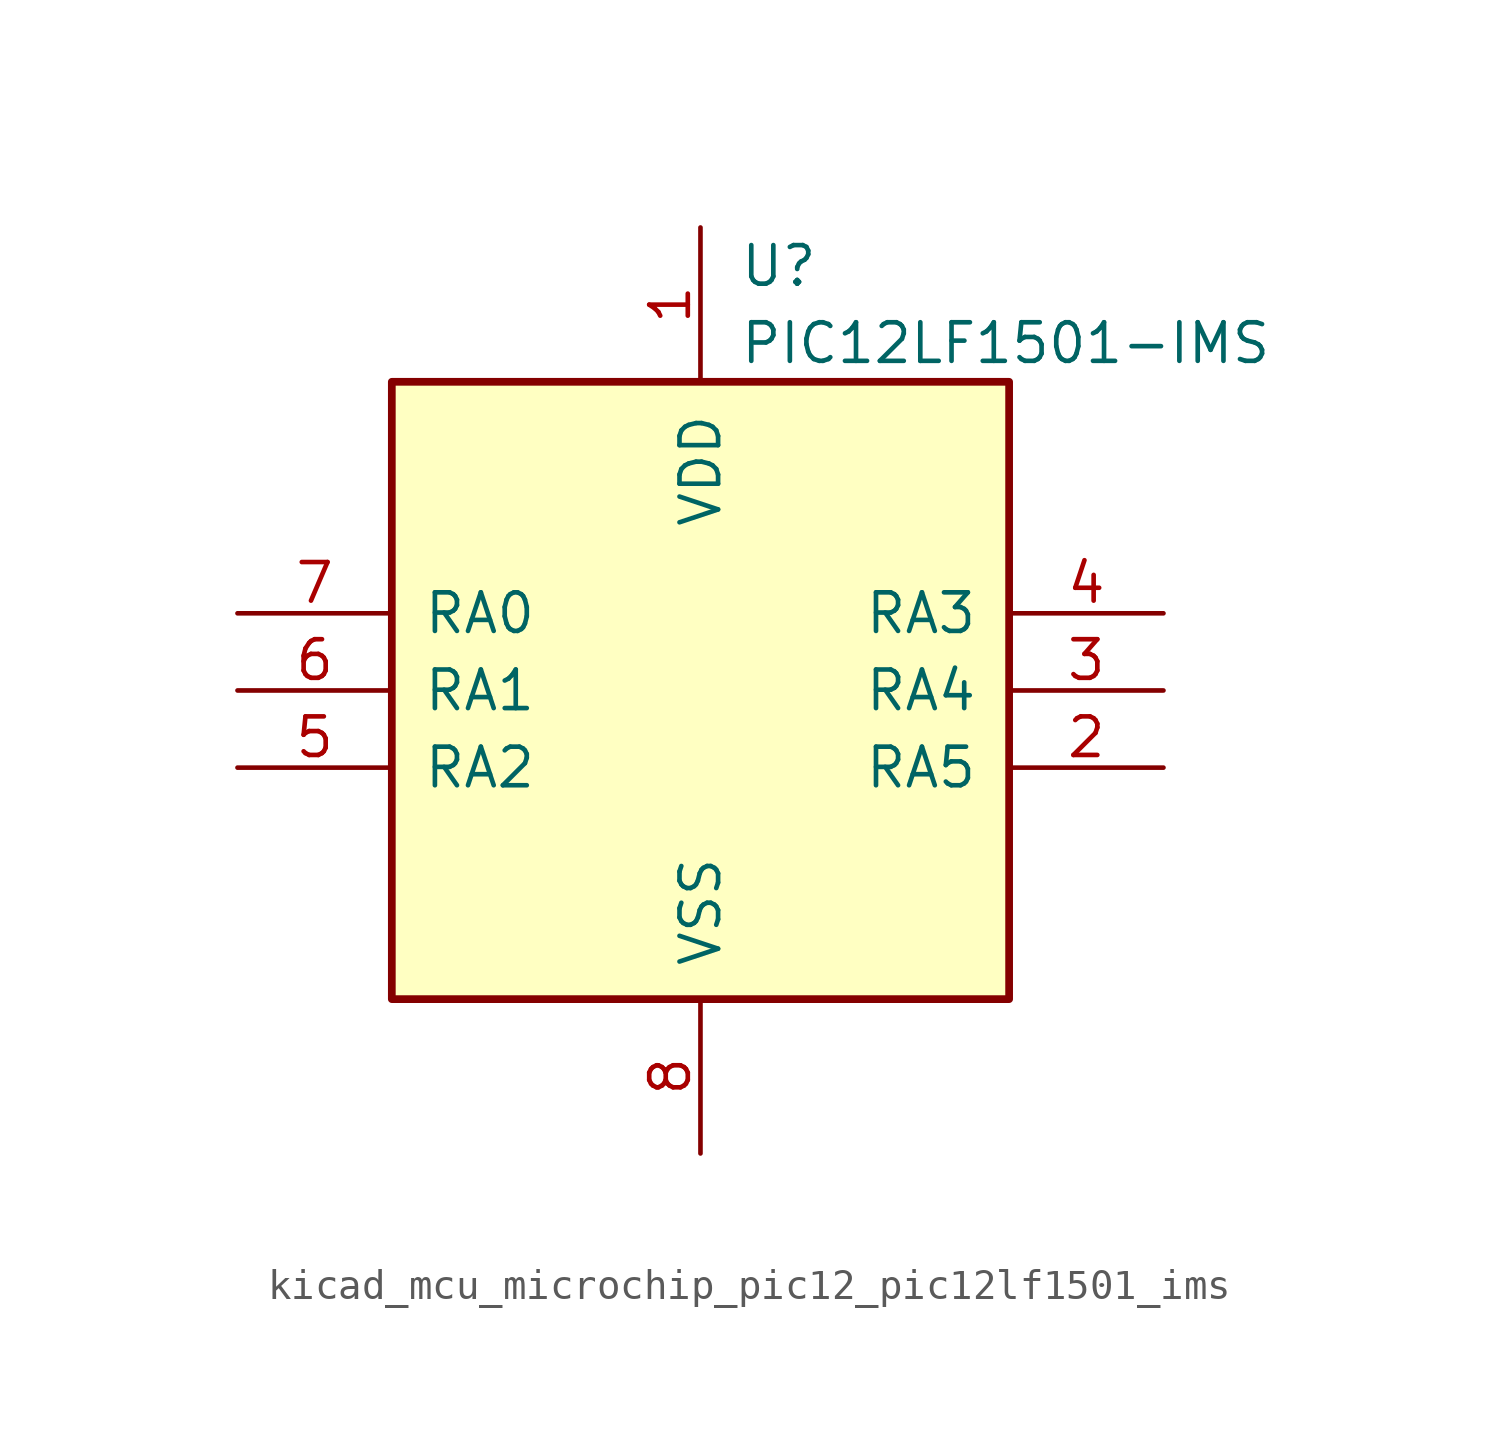
<source format=kicad_sym>
(kicad_symbol_lib
  (version 20220914)
  (generator kicad_symbol_editor)
  (symbol "kicad_mcu_microchip_pic12_pic12lf1501_ims"
    (pin_names
      (offset 1.016))
    (property "Reference" "U"
      (at 1.27 13.97 0)
      (effects (font (size 1.27 1.27)) (justify left)))
    (property "Value" "PIC12LF1501-IMS"
      (at 1.27 11.43 0)
      (effects (font (size 1.27 1.27)) (justify left)))
    (symbol "kicad_mcu_microchip_pic12_pic12lf1501_ims_0_1"
      (rectangle (start 10.16 -10.16) (end -10.16 10.16) (stroke (width 0.254) (type default)) (fill (type background))))
    (symbol "kicad_mcu_microchip_pic12_pic12lf1501_ims_1_1"
      (pin power_in line (at 0 15.24 270) (length 5.08) (name "VDD" (effects (font (size 1.27 1.27)))) (number "1" (effects (font (size 1.27 1.27)))))
      (pin bidirectional line (at 15.24 -2.54 180) (length 5.08) (name "RA5" (effects (font (size 1.27 1.27)))) (number "2" (effects (font (size 1.27 1.27)))))
      (pin bidirectional line (at 15.24 0 180) (length 5.08) (name "RA4" (effects (font (size 1.27 1.27)))) (number "3" (effects (font (size 1.27 1.27)))))
      (pin input line (at 15.24 2.54 180) (length 5.08) (name "RA3" (effects (font (size 1.27 1.27)))) (number "4" (effects (font (size 1.27 1.27)))))
      (pin bidirectional line (at -15.24 -2.54 0) (length 5.08) (name "RA2" (effects (font (size 1.27 1.27)))) (number "5" (effects (font (size 1.27 1.27)))))
      (pin bidirectional line (at -15.24 0 0) (length 5.08) (name "RA1" (effects (font (size 1.27 1.27)))) (number "6" (effects (font (size 1.27 1.27)))))
      (pin bidirectional line (at -15.24 2.54 0) (length 5.08) (name "RA0" (effects (font (size 1.27 1.27)))) (number "7" (effects (font (size 1.27 1.27)))))
      (pin power_in line (at 0 -15.24 90) (length 5.08) (name "VSS" (effects (font (size 1.27 1.27)))) (number "8" (effects (font (size 1.27 1.27))))))))
</source>
